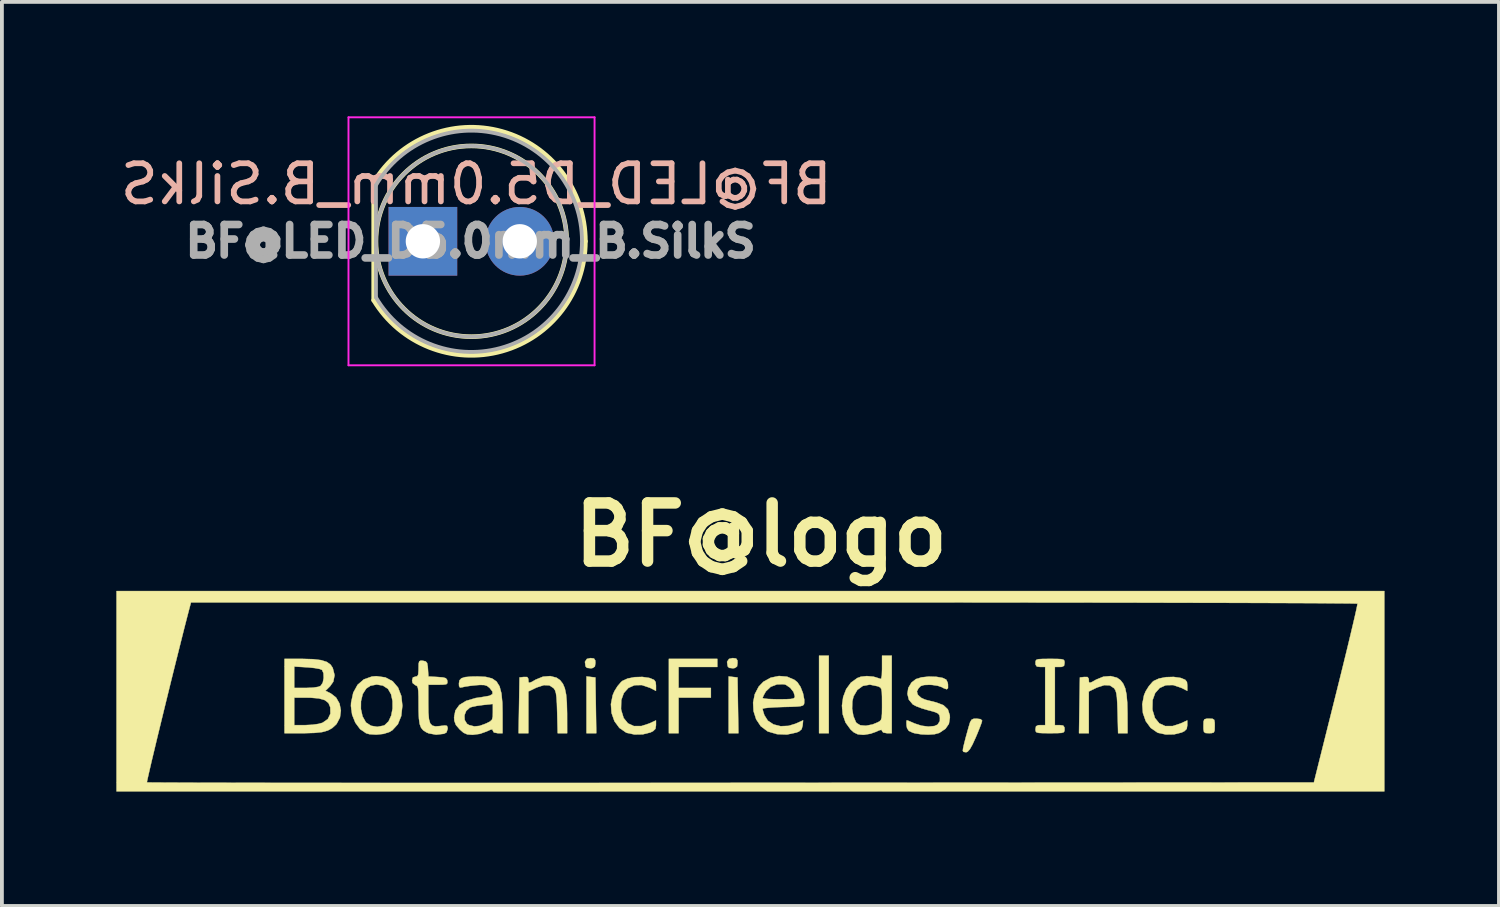
<source format=kicad_pcb>
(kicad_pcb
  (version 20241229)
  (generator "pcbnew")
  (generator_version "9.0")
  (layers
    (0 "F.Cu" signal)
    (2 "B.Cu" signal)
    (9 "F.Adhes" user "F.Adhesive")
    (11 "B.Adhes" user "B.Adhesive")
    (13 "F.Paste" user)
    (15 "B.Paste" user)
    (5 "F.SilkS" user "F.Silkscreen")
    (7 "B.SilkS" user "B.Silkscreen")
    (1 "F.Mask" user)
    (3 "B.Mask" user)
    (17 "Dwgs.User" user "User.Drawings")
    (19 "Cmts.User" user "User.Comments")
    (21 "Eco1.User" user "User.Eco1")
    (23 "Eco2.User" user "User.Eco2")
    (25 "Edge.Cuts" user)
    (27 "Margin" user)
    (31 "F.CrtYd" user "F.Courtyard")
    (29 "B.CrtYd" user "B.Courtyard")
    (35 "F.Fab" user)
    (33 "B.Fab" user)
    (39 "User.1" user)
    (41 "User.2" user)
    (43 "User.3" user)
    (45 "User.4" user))
  (footprint "BF@logo"
    (layer "F.Cu")
    (at 16.6 15.068)
    (property "Reference" "BF@logo" (at 0.3 -4.1 0) (layer "F.SilkS") (effects (font (size 1.524 1.524) (thickness 0.3))))
    (attr through_hole)
    (fp_poly (pts (xy 2.074 1.101) (xy 1.82 1.101) (xy 1.82 -0.931) (xy 2.074 -0.931) (xy 2.074 1.101)) (stroke (width 0.01) (type solid)) (fill yes) (layer "F.SilkS"))
    (fp_poly (pts (xy -4.159 -0.373) (xy -4.043 -0.36) (xy -4.02 1.101) (xy -4.276 1.101) (xy -4.276 -0.387) (xy -4.159 -0.373)) (stroke (width 0.01) (type solid)) (fill yes) (layer "F.SilkS"))
    (fp_poly (pts (xy -0.434 -0.373) (xy -0.318 -0.36) (xy -0.294 1.101) (xy -0.55 1.101) (xy -0.55 -0.387) (xy -0.434 -0.373)) (stroke (width 0.01) (type solid)) (fill yes) (layer "F.SilkS"))
    (fp_poly (pts (xy -0.847 -0.635) (xy -1.863 -0.635) (xy -1.863 -0.085) (xy -1.016 -0.085) (xy -1.016 0.169) (xy -1.863 0.169) (xy -1.863 1.101) (xy -2.117 1.101) (xy -2.117 -0.847) (xy -0.847 -0.847) (xy -0.847 -0.635)) (stroke (width 0.01) (type solid)) (fill yes) (layer "F.SilkS"))
    (fp_poly (pts (xy -4.08 -0.857) (xy -4.047 -0.808) (xy -4.043 -0.741) (xy -4.056 -0.648) (xy -4.111 -0.609) (xy -4.159 -0.6) (xy -4.263 -0.612) (xy -4.301 -0.651) (xy -4.317 -0.77) (xy -4.266 -0.846) (xy -4.169 -0.868) (xy -4.08 -0.857)) (stroke (width 0.01) (type solid)) (fill yes) (layer "F.SilkS"))
    (fp_poly (pts (xy -0.354 -0.857) (xy -0.321 -0.808) (xy -0.318 -0.741) (xy -0.33 -0.648) (xy -0.385 -0.609) (xy -0.434 -0.6) (xy -0.538 -0.612) (xy -0.575 -0.651) (xy -0.592 -0.77) (xy -0.54 -0.846) (xy -0.444 -0.868) (xy -0.354 -0.857)) (stroke (width 0.01) (type solid)) (fill yes) (layer "F.SilkS"))
    (fp_poly (pts (xy 12.135 0.724) (xy 12.178 0.751) (xy 12.191 0.825) (xy 12.192 0.91) (xy 12.189 1.027) (xy 12.167 1.083) (xy 12.11 1.099) (xy 12.044 1.101) (xy 11.953 1.097) (xy 11.91 1.069) (xy 11.897 0.995) (xy 11.896 0.91) (xy 11.899 0.793) (xy 11.92 0.738) (xy 11.978 0.721) (xy 12.044 0.72) (xy 12.135 0.724)) (stroke (width 0.01) (type solid)) (fill yes) (layer "F.SilkS"))
    (fp_poly (pts (xy 6.055 0.733) (xy 6.094 0.771) (xy 6.094 0.773) (xy 6.078 0.832) (xy 6.034 0.95) (xy 5.972 1.105) (xy 5.929 1.206) (xy 5.842 1.397) (xy 5.773 1.519) (xy 5.716 1.584) (xy 5.676 1.601) (xy 5.604 1.59) (xy 5.588 1.559) (xy 5.595 1.5) (xy 5.618 1.397) (xy 5.658 1.238) (xy 5.72 1.013) (xy 5.74 0.942) (xy 5.779 0.814) (xy 5.817 0.748) (xy 5.872 0.723) (xy 5.949 0.72) (xy 6.055 0.733)) (stroke (width 0.01) (type solid)) (fill yes) (layer "F.SilkS"))
    (fp_poly (pts (xy -5.06 -0.353) (xy -4.969 -0.289) (xy -4.896 -0.196) (xy -4.845 -0.076) (xy -4.811 0.086) (xy -4.792 0.303) (xy -4.785 0.588) (xy -4.785 0.624) (xy -4.784 1.101) (xy -5.031 1.101) (xy -5.045 0.555) (xy -5.052 0.322) (xy -5.063 0.159) (xy -5.078 0.049) (xy -5.101 -0.024) (xy -5.134 -0.075) (xy -5.139 -0.08) (xy -5.249 -0.153) (xy -5.393 -0.159) (xy -5.578 -0.099) (xy -5.617 -0.081) (xy -5.8 0.008) (xy -5.8 1.101) (xy -6.056 1.101) (xy -6.032 -0.36) (xy -5.916 -0.373) (xy -5.83 -0.371) (xy -5.801 -0.325) (xy -5.8 -0.299) (xy -5.796 -0.238) (xy -5.774 -0.219) (xy -5.713 -0.242) (xy -5.607 -0.303) (xy -5.418 -0.38) (xy -5.228 -0.396) (xy -5.06 -0.353)) (stroke (width 0.01) (type solid)) (fill yes) (layer "F.SilkS"))
    (fp_poly (pts (xy 9.63 -0.353) (xy 9.721 -0.289) (xy 9.793 -0.196) (xy 9.845 -0.076) (xy 9.879 0.086) (xy 9.898 0.303) (xy 9.905 0.588) (xy 9.905 0.624) (xy 9.906 1.101) (xy 9.659 1.101) (xy 9.645 0.555) (xy 9.637 0.322) (xy 9.627 0.159) (xy 9.611 0.049) (xy 9.588 -0.024) (xy 9.555 -0.075) (xy 9.55 -0.08) (xy 9.44 -0.153) (xy 9.297 -0.159) (xy 9.112 -0.099) (xy 9.073 -0.081) (xy 8.89 0.008) (xy 8.89 1.101) (xy 8.634 1.101) (xy 8.657 -0.36) (xy 8.774 -0.373) (xy 8.859 -0.371) (xy 8.889 -0.325) (xy 8.89 -0.299) (xy 8.894 -0.238) (xy 8.916 -0.219) (xy 8.976 -0.242) (xy 9.083 -0.303) (xy 9.272 -0.38) (xy 9.462 -0.396) (xy 9.63 -0.353)) (stroke (width 0.01) (type solid)) (fill yes) (layer "F.SilkS"))
    (fp_poly (pts (xy -2.633 -0.348) (xy -2.608 -0.34) (xy -2.506 -0.297) (xy -2.464 -0.239) (xy -2.455 -0.149) (xy -2.455 -0.009) (xy -2.612 -0.089) (xy -2.826 -0.161) (xy -3.018 -0.157) (xy -3.179 -0.085) (xy -3.298 0.048) (xy -3.365 0.233) (xy -3.371 0.463) (xy -3.366 0.497) (xy -3.303 0.703) (xy -3.19 0.843) (xy -3.033 0.915) (xy -2.838 0.914) (xy -2.635 0.848) (xy -2.455 0.766) (xy -2.455 0.893) (xy -2.47 0.987) (xy -2.531 1.047) (xy -2.602 1.082) (xy -2.8 1.131) (xy -3.018 1.135) (xy -3.215 1.093) (xy -3.239 1.084) (xy -3.415 0.962) (xy -3.544 0.786) (xy -3.619 0.573) (xy -3.636 0.34) (xy -3.59 0.106) (xy -3.545 0.001) (xy -3.464 -0.13) (xy -3.37 -0.24) (xy -3.336 -0.269) (xy -3.198 -0.332) (xy -3.013 -0.368) (xy -2.813 -0.374) (xy -2.633 -0.348)) (stroke (width 0.01) (type solid)) (fill yes) (layer "F.SilkS"))
    (fp_poly (pts (xy 11.295 -0.348) (xy 11.319 -0.34) (xy 11.421 -0.297) (xy 11.464 -0.239) (xy 11.472 -0.149) (xy 11.472 -0.009) (xy 11.315 -0.089) (xy 11.102 -0.161) (xy 10.909 -0.157) (xy 10.749 -0.085) (xy 10.63 0.048) (xy 10.563 0.233) (xy 10.557 0.463) (xy 10.561 0.497) (xy 10.624 0.703) (xy 10.738 0.843) (xy 10.895 0.915) (xy 11.089 0.914) (xy 11.292 0.848) (xy 11.472 0.766) (xy 11.472 0.893) (xy 11.457 0.987) (xy 11.397 1.047) (xy 11.326 1.082) (xy 11.128 1.131) (xy 10.91 1.135) (xy 10.713 1.093) (xy 10.689 1.084) (xy 10.513 0.962) (xy 10.384 0.786) (xy 10.309 0.573) (xy 10.292 0.34) (xy 10.338 0.106) (xy 10.382 0.001) (xy 10.464 -0.13) (xy 10.558 -0.24) (xy 10.592 -0.269) (xy 10.73 -0.332) (xy 10.915 -0.368) (xy 11.115 -0.374) (xy 11.295 -0.348)) (stroke (width 0.01) (type solid)) (fill yes) (layer "F.SilkS"))
    (fp_poly (pts (xy 8.054 -0.846) (xy 8.166 -0.84) (xy 8.226 -0.826) (xy 8.25 -0.797) (xy 8.255 -0.75) (xy 8.255 -0.741) (xy 8.241 -0.665) (xy 8.183 -0.638) (xy 8.128 -0.635) (xy 8.001 -0.635) (xy 8.001 0.889) (xy 8.128 0.889) (xy 8.219 0.9) (xy 8.252 0.949) (xy 8.255 0.995) (xy 8.252 1.045) (xy 8.232 1.076) (xy 8.179 1.093) (xy 8.076 1.099) (xy 7.908 1.101) (xy 7.874 1.101) (xy 7.694 1.1) (xy 7.582 1.094) (xy 7.522 1.08) (xy 7.498 1.051) (xy 7.493 1.004) (xy 7.493 0.995) (xy 7.507 0.919) (xy 7.565 0.892) (xy 7.62 0.889) (xy 7.747 0.889) (xy 7.747 -0.635) (xy 7.62 -0.635) (xy 7.529 -0.646) (xy 7.496 -0.695) (xy 7.493 -0.741) (xy 7.496 -0.791) (xy 7.516 -0.822) (xy 7.569 -0.839) (xy 7.672 -0.845) (xy 7.84 -0.847) (xy 7.874 -0.847) (xy 8.054 -0.846)) (stroke (width 0.01) (type solid)) (fill yes) (layer "F.SilkS"))
    (fp_poly (pts (xy -9.548 -0.361) (xy -9.357 -0.26) (xy -9.216 -0.095) (xy -9.13 0.128) (xy -9.103 0.381) (xy -9.133 0.651) (xy -9.221 0.866) (xy -9.364 1.022) (xy -9.441 1.069) (xy -9.598 1.119) (xy -9.787 1.139) (xy -9.966 1.127) (xy -10.054 1.102) (xy -10.211 0.994) (xy -10.336 0.825) (xy -10.42 0.616) (xy -10.44 0.467) (xy -10.19 0.467) (xy -10.147 0.66) (xy -10.06 0.815) (xy -10.053 0.823) (xy -9.924 0.906) (xy -9.76 0.934) (xy -9.597 0.903) (xy -9.565 0.888) (xy -9.464 0.79) (xy -9.394 0.636) (xy -9.359 0.451) (xy -9.36 0.258) (xy -9.399 0.08) (xy -9.478 -0.058) (xy -9.481 -0.062) (xy -9.615 -0.148) (xy -9.778 -0.175) (xy -9.94 -0.143) (xy -10.051 -0.07) (xy -10.142 0.074) (xy -10.188 0.262) (xy -10.19 0.467) (xy -10.44 0.467) (xy -10.451 0.387) (xy -10.447 0.302) (xy -10.39 0.038) (xy -10.277 -0.167) (xy -10.113 -0.309) (xy -9.901 -0.384) (xy -9.784 -0.394) (xy -9.548 -0.361)) (stroke (width 0.01) (type solid)) (fill yes) (layer "F.SilkS"))
    (fp_poly (pts (xy -8.562 -0.797) (xy -8.49 -0.78) (xy -8.454 -0.737) (xy -8.437 -0.642) (xy -8.433 -0.584) (xy -8.42 -0.385) (xy -8.179 -0.372) (xy -8.04 -0.361) (xy -7.965 -0.341) (xy -7.932 -0.301) (xy -7.924 -0.265) (xy -7.923 -0.212) (xy -7.95 -0.183) (xy -8.024 -0.172) (xy -8.163 -0.169) (xy -8.167 -0.169) (xy -8.424 -0.169) (xy -8.424 0.314) (xy -8.421 0.561) (xy -8.406 0.733) (xy -8.374 0.844) (xy -8.318 0.903) (xy -8.233 0.923) (xy -8.113 0.913) (xy -8.1 0.911) (xy -7.986 0.898) (xy -7.933 0.909) (xy -7.917 0.954) (xy -7.916 0.987) (xy -7.946 1.081) (xy -8.012 1.116) (xy -8.218 1.14) (xy -8.412 1.105) (xy -8.476 1.077) (xy -8.557 1.024) (xy -8.613 0.956) (xy -8.649 0.86) (xy -8.669 0.718) (xy -8.677 0.517) (xy -8.678 0.359) (xy -8.679 0.147) (xy -8.684 0.005) (xy -8.695 -0.082) (xy -8.714 -0.129) (xy -8.745 -0.151) (xy -8.763 -0.157) (xy -8.834 -0.214) (xy -8.848 -0.28) (xy -8.826 -0.361) (xy -8.763 -0.381) (xy -8.712 -0.392) (xy -8.687 -0.439) (xy -8.679 -0.542) (xy -8.678 -0.595) (xy -8.676 -0.721) (xy -8.66 -0.783) (xy -8.62 -0.801) (xy -8.562 -0.797)) (stroke (width 0.01) (type solid)) (fill yes) (layer "F.SilkS"))
    (fp_poly (pts (xy -11.441 -0.839) (xy -11.233 -0.814) (xy -11.084 -0.767) (xy -10.985 -0.696) (xy -10.928 -0.61) (xy -10.88 -0.421) (xy -10.913 -0.25) (xy -10.999 -0.128) (xy -11.119 -0.009) (xy -10.98 0.058) (xy -10.84 0.167) (xy -10.75 0.325) (xy -10.715 0.507) (xy -10.739 0.691) (xy -10.825 0.855) (xy -10.843 0.876) (xy -10.943 0.967) (xy -11.059 1.031) (xy -11.207 1.072) (xy -11.403 1.093) (xy -11.664 1.101) (xy -11.704 1.101) (xy -12.192 1.101) (xy -12.192 0.169) (xy -11.938 0.169) (xy -11.938 0.889) (xy -11.64 0.889) (xy -11.464 0.88) (xy -11.3 0.857) (xy -11.196 0.828) (xy -11.057 0.731) (xy -10.989 0.589) (xy -10.992 0.422) (xy -11.04 0.31) (xy -11.136 0.234) (xy -11.292 0.189) (xy -11.517 0.17) (xy -11.597 0.169) (xy -11.938 0.169) (xy -12.192 0.169) (xy -12.192 -0.085) (xy -11.938 -0.085) (xy -11.629 -0.085) (xy -11.441 -0.093) (xy -11.303 -0.115) (xy -11.244 -0.14) (xy -11.19 -0.222) (xy -11.165 -0.345) (xy -11.17 -0.47) (xy -11.208 -0.557) (xy -11.272 -0.583) (xy -11.396 -0.606) (xy -11.556 -0.623) (xy -11.598 -0.626) (xy -11.938 -0.646) (xy -11.938 -0.085) (xy -12.192 -0.085) (xy -12.192 -0.847) (xy -11.722 -0.847) (xy -11.441 -0.839)) (stroke (width 0.01) (type solid)) (fill yes) (layer "F.SilkS"))
    (fp_poly (pts (xy 3.725 1.101) (xy 3.598 1.101) (xy 3.5 1.083) (xy 3.471 1.042) (xy 3.456 1.012) (xy 3.398 1.024) (xy 3.314 1.063) (xy 3.166 1.115) (xy 3.001 1.142) (xy 2.971 1.143) (xy 2.836 1.13) (xy 2.732 1.08) (xy 2.646 1.003) (xy 2.514 0.821) (xy 2.44 0.607) (xy 2.427 0.459) (xy 2.686 0.459) (xy 2.719 0.651) (xy 2.783 0.805) (xy 2.803 0.834) (xy 2.9 0.893) (xy 3.046 0.906) (xy 3.219 0.873) (xy 3.355 0.818) (xy 3.408 0.789) (xy 3.442 0.753) (xy 3.461 0.692) (xy 3.469 0.589) (xy 3.471 0.427) (xy 3.471 0.337) (xy 3.47 0.144) (xy 3.465 0.019) (xy 3.452 -0.055) (xy 3.426 -0.096) (xy 3.383 -0.12) (xy 3.363 -0.128) (xy 3.152 -0.172) (xy 2.968 -0.139) (xy 2.823 -0.034) (xy 2.724 0.135) (xy 2.692 0.267) (xy 2.686 0.459) (xy 2.427 0.459) (xy 2.42 0.379) (xy 2.452 0.153) (xy 2.531 -0.054) (xy 2.656 -0.225) (xy 2.823 -0.345) (xy 2.914 -0.379) (xy 3.073 -0.396) (xy 3.248 -0.38) (xy 3.397 -0.335) (xy 3.424 -0.321) (xy 3.45 -0.334) (xy 3.466 -0.419) (xy 3.471 -0.581) (xy 3.471 -0.611) (xy 3.471 -0.931) (xy 3.725 -0.931) (xy 3.725 1.101)) (stroke (width 0.01) (type solid)) (fill yes) (layer "F.SilkS"))
    (fp_poly (pts (xy 0.982 -0.38) (xy 1.171 -0.299) (xy 1.251 -0.235) (xy 1.334 -0.112) (xy 1.399 0.055) (xy 1.432 0.223) (xy 1.431 0.31) (xy 1.422 0.348) (xy 1.396 0.374) (xy 1.341 0.391) (xy 1.243 0.402) (xy 1.086 0.409) (xy 0.878 0.414) (xy 0.676 0.421) (xy 0.508 0.432) (xy 0.391 0.445) (xy 0.34 0.459) (xy 0.339 0.461) (xy 0.352 0.522) (xy 0.383 0.621) (xy 0.384 0.626) (xy 0.476 0.772) (xy 0.625 0.871) (xy 0.812 0.918) (xy 1.02 0.909) (xy 1.203 0.853) (xy 1.402 0.764) (xy 1.389 0.897) (xy 1.363 0.996) (xy 1.294 1.056) (xy 1.228 1.083) (xy 0.978 1.136) (xy 0.718 1.126) (xy 0.482 1.057) (xy 0.464 1.048) (xy 0.291 0.917) (xy 0.171 0.736) (xy 0.103 0.524) (xy 0.091 0.299) (xy 0.115 0.18) (xy 0.339 0.18) (xy 0.378 0.193) (xy 0.484 0.204) (xy 0.639 0.21) (xy 0.762 0.212) (xy 0.955 0.21) (xy 1.079 0.204) (xy 1.148 0.191) (xy 1.179 0.167) (xy 1.185 0.133) (xy 1.15 0.019) (xy 1.062 -0.091) (xy 0.949 -0.167) (xy 0.906 -0.181) (xy 0.72 -0.18) (xy 0.552 -0.115) (xy 0.428 0.003) (xy 0.421 0.013) (xy 0.367 0.109) (xy 0.34 0.174) (xy 0.339 0.18) (xy 0.115 0.18) (xy 0.135 0.079) (xy 0.237 -0.119) (xy 0.36 -0.247) (xy 0.554 -0.354) (xy 0.769 -0.398) (xy 0.982 -0.38)) (stroke (width 0.01) (type solid)) (fill yes) (layer "F.SilkS"))
    (fp_poly (pts (xy 4.903 -0.376) (xy 5.059 -0.348) (xy 5.153 -0.303) (xy 5.193 -0.22) (xy 5.199 -0.177) (xy 5.2 -0.081) (xy 5.168 -0.05) (xy 5.088 -0.078) (xy 5.038 -0.106) (xy 4.933 -0.142) (xy 4.787 -0.164) (xy 4.712 -0.168) (xy 4.571 -0.162) (xy 4.485 -0.135) (xy 4.428 -0.078) (xy 4.427 -0.076) (xy 4.385 0.005) (xy 4.401 0.076) (xy 4.419 0.104) (xy 4.502 0.178) (xy 4.598 0.221) (xy 4.722 0.253) (xy 4.868 0.289) (xy 4.891 0.295) (xy 5.08 0.367) (xy 5.196 0.476) (xy 5.246 0.629) (xy 5.249 0.693) (xy 5.223 0.855) (xy 5.135 0.983) (xy 4.974 1.092) (xy 4.966 1.095) (xy 4.849 1.127) (xy 4.682 1.139) (xy 4.498 1.131) (xy 4.329 1.103) (xy 4.276 1.088) (xy 4.172 1.039) (xy 4.126 0.968) (xy 4.114 0.9) (xy 4.11 0.806) (xy 4.119 0.762) (xy 4.12 0.762) (xy 4.167 0.778) (xy 4.263 0.819) (xy 4.324 0.846) (xy 4.505 0.905) (xy 4.688 0.928) (xy 4.845 0.913) (xy 4.927 0.876) (xy 4.986 0.783) (xy 4.988 0.696) (xy 4.975 0.63) (xy 4.94 0.585) (xy 4.866 0.55) (xy 4.734 0.512) (xy 4.678 0.498) (xy 4.514 0.45) (xy 4.369 0.395) (xy 4.278 0.347) (xy 4.174 0.223) (xy 4.136 0.071) (xy 4.159 -0.086) (xy 4.243 -0.227) (xy 4.361 -0.318) (xy 4.507 -0.363) (xy 4.7 -0.383) (xy 4.903 -0.376)) (stroke (width 0.01) (type solid)) (fill yes) (layer "F.SilkS"))
    (fp_poly (pts (xy -6.916 -0.375) (xy -6.753 -0.334) (xy -6.635 -0.254) (xy -6.555 -0.126) (xy -6.506 0.059) (xy -6.482 0.31) (xy -6.477 0.57) (xy -6.477 1.101) (xy -6.604 1.101) (xy -6.704 1.082) (xy -6.731 1.036) (xy -6.743 1.002) (xy -6.789 1.007) (xy -6.89 1.053) (xy -6.899 1.057) (xy -7.071 1.118) (xy -7.257 1.143) (xy -7.263 1.143) (xy -7.4 1.133) (xy -7.5 1.089) (xy -7.603 0.999) (xy -7.699 0.886) (xy -7.74 0.778) (xy -7.747 0.687) (xy -7.737 0.634) (xy -7.476 0.634) (xy -7.469 0.756) (xy -7.41 0.854) (xy -7.354 0.888) (xy -7.216 0.923) (xy -7.076 0.909) (xy -6.911 0.848) (xy -6.805 0.795) (xy -6.752 0.744) (xy -6.733 0.664) (xy -6.731 0.55) (xy -6.731 0.334) (xy -6.996 0.363) (xy -7.148 0.384) (xy -7.273 0.41) (xy -7.333 0.43) (xy -7.43 0.517) (xy -7.476 0.634) (xy -7.737 0.634) (xy -7.713 0.506) (xy -7.609 0.362) (xy -7.433 0.254) (xy -7.182 0.179) (xy -6.974 0.148) (xy -6.818 0.12) (xy -6.741 0.077) (xy -6.74 0.012) (xy -6.812 -0.081) (xy -6.82 -0.089) (xy -6.883 -0.139) (xy -6.958 -0.162) (xy -7.074 -0.164) (xy -7.17 -0.157) (xy -7.326 -0.14) (xy -7.459 -0.12) (xy -7.525 -0.105) (xy -7.592 -0.094) (xy -7.617 -0.134) (xy -7.62 -0.202) (xy -7.607 -0.283) (xy -7.557 -0.337) (xy -7.46 -0.369) (xy -7.301 -0.383) (xy -7.129 -0.386) (xy -6.916 -0.375)) (stroke (width 0.01) (type solid)) (fill yes) (layer "F.SilkS"))
    (fp_poly (pts (xy 16.637 2.625) (xy -16.595 2.625) (xy -16.595 2.39) (xy -15.799 2.39) (xy -15.755 2.392) (xy -15.63 2.394) (xy -15.426 2.395) (xy -15.147 2.396) (xy -14.794 2.398) (xy -14.372 2.399) (xy -13.883 2.4) (xy -13.331 2.401) (xy -12.718 2.402) (xy -12.047 2.403) (xy -11.321 2.403) (xy -10.543 2.404) (xy -9.717 2.404) (xy -8.845 2.405) (xy -7.93 2.405) (xy -6.975 2.405) (xy -5.983 2.405) (xy -4.957 2.405) (xy -3.901 2.404) (xy -2.817 2.404) (xy -1.707 2.403) (xy -0.576 2.403) (xy -0.493 2.402) (xy 14.79 2.392) (xy 15.372 0.065) (xy 15.479 -0.365) (xy 15.579 -0.77) (xy 15.67 -1.143) (xy 15.75 -1.477) (xy 15.818 -1.764) (xy 15.872 -1.996) (xy 15.91 -2.167) (xy 15.93 -2.269) (xy 15.933 -2.295) (xy 15.89 -2.297) (xy 15.765 -2.3) (xy 15.561 -2.302) (xy 15.281 -2.304) (xy 14.929 -2.307) (xy 14.507 -2.309) (xy 14.019 -2.311) (xy 13.466 -2.313) (xy 12.853 -2.315) (xy 12.182 -2.317) (xy 11.457 -2.318) (xy 10.679 -2.32) (xy 9.853 -2.322) (xy 8.981 -2.323) (xy 8.066 -2.324) (xy 7.111 -2.325) (xy 6.12 -2.326) (xy 5.094 -2.327) (xy 4.038 -2.327) (xy 2.954 -2.328) (xy 1.845 -2.328) (xy 0.714 -2.328) (xy -14.644 -2.328) (xy -14.686 -2.17) (xy -14.745 -1.943) (xy -14.816 -1.667) (xy -14.895 -1.352) (xy -14.982 -1.005) (xy -15.074 -0.636) (xy -15.169 -0.253) (xy -15.264 0.134) (xy -15.358 0.518) (xy -15.448 0.888) (xy -15.533 1.238) (xy -15.609 1.557) (xy -15.676 1.836) (xy -15.73 2.069) (xy -15.77 2.244) (xy -15.794 2.354) (xy -15.799 2.39) (xy -16.595 2.39) (xy -16.595 -2.625) (xy 16.637 -2.625) (xy 16.637 2.625)) (stroke (width 0.01) (type solid)) (fill yes) (layer "F.SilkS")))
  (footprint "BF@LED_D5.0mm_B.SilkS"
    (layer "F.Cu")
    (at 8.035 3.275)
    (property "Reference" "BF@LED_D5.0mm_B.SilkS" (at 1.4 -1.5 0) (layer "B.SilkS") (effects (font (size 1 1) (thickness 0.15)) (justify mirror)))
    (attr through_hole)
    (fp_line (start -1.29 -1.545) (end -1.29 1.545) (stroke (width 0.12) (type solid)) (layer "F.SilkS"))
    (fp_arc (start -1.29 -1.54483) (mid 2.072002 -2.880433) (end 4.26 0.000462) (stroke (width 0.12) (type solid)) (layer "F.SilkS"))
    (fp_arc (start 4.26 -0.000462) (mid 2.072002 2.880433) (end -1.29 1.54483) (stroke (width 0.12) (type solid)) (layer "F.SilkS"))
    (fp_circle (center 1.27 0) (end 3.77 0) (stroke (width 0.12) (type solid)) (fill no) (layer "F.SilkS"))
    (fp_line (start -1.95 -3.25) (end -1.95 3.25) (stroke (width 0.05) (type solid)) (layer "F.CrtYd"))
    (fp_line (start -1.95 3.25) (end 4.5 3.25) (stroke (width 0.05) (type solid)) (layer "F.CrtYd"))
    (fp_line (start 4.5 -3.25) (end -1.95 -3.25) (stroke (width 0.05) (type solid)) (layer "F.CrtYd"))
    (fp_line (start 4.5 3.25) (end 4.5 -3.25) (stroke (width 0.05) (type solid)) (layer "F.CrtYd"))
    (fp_line (start -1.23 -1.47) (end -1.23 1.47) (stroke (width 0.1) (type solid)) (layer "F.Fab"))
    (fp_arc (start -1.23 -1.469694) (mid 4.17 0.000016) (end -1.230016 1.469666) (stroke (width 0.1) (type solid)) (layer "F.Fab"))
    (fp_circle (center 1.27 0) (end 3.77 0) (stroke (width 0.1) (type solid)) (fill no) (layer "F.Fab"))
    (fp_text user "${REFERENCE}" (at 1.25 0 0) (layer "F.Fab") (effects (font (size 0.8 0.8) (thickness 0.2))))
    (pad "1" thru_hole rect (at 0 0) (size 1.8 1.8) (drill 0.9) (layers "*.Cu" "*.Mask"))
    (pad "2" thru_hole circle (at 2.54 0) (size 1.8 1.8) (drill 0.9) (layers "*.Cu" "*.Mask")))
  (gr_rect
    (start -3 -3)
    (end 36.242 20.698)
    (stroke (width 0.1) (type default))
    (fill no)
    (layer "Edge.Cuts")))
</source>
